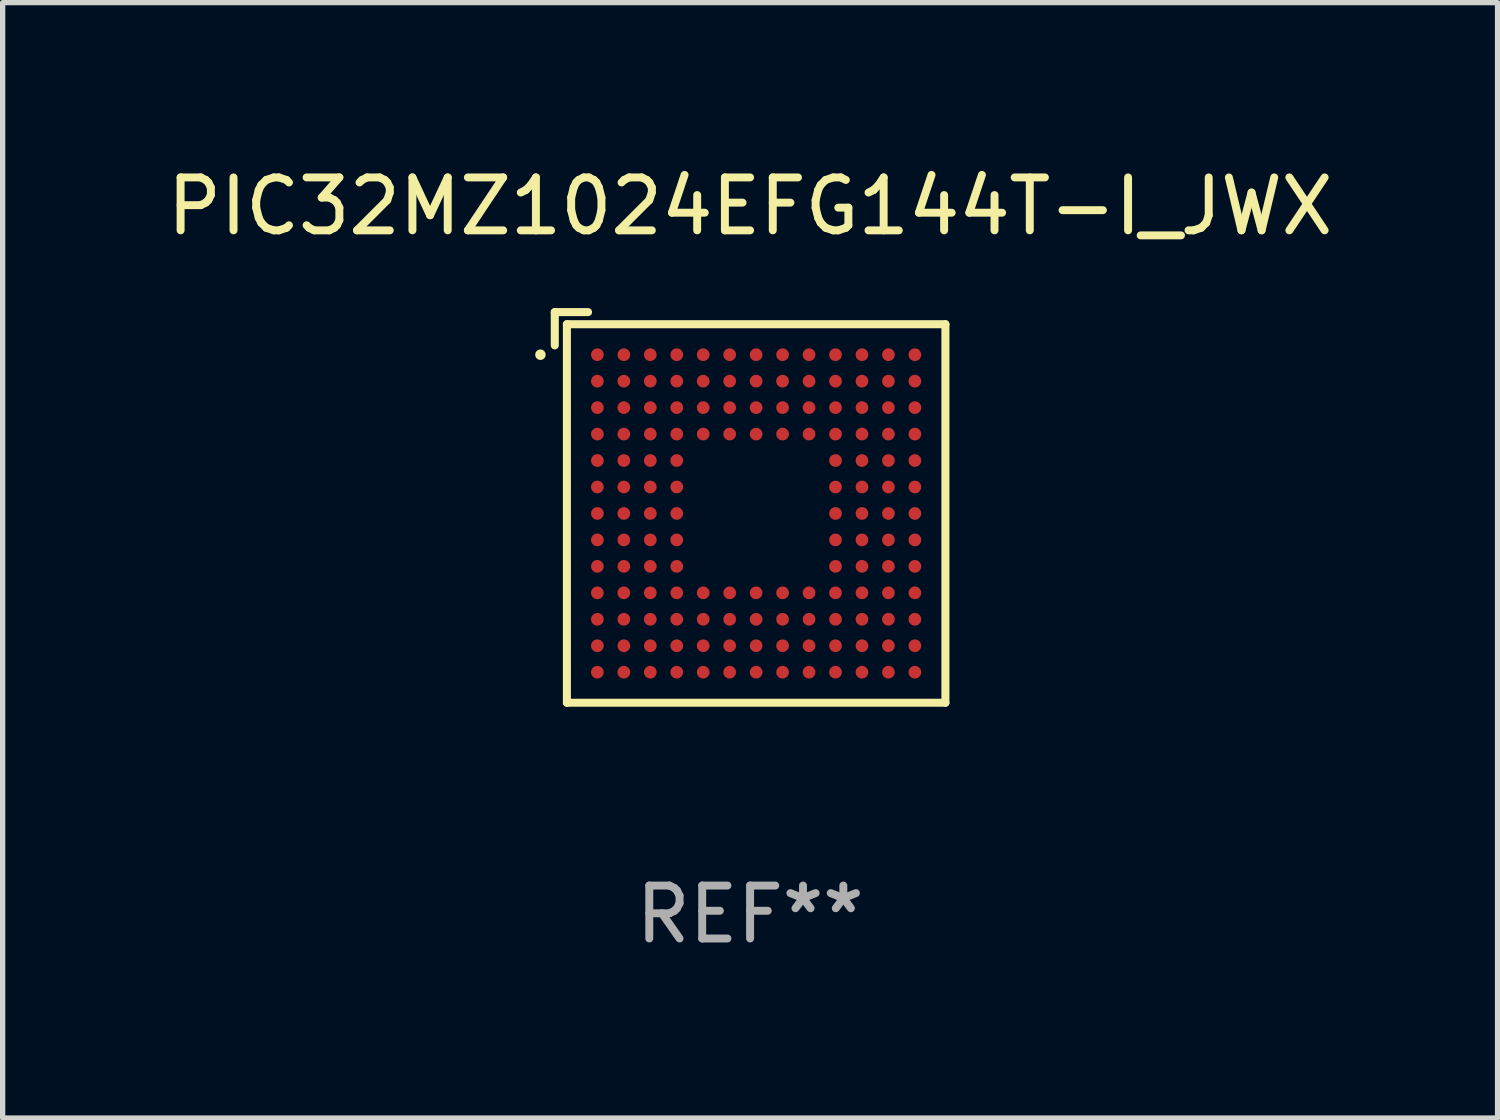
<source format=kicad_pcb>
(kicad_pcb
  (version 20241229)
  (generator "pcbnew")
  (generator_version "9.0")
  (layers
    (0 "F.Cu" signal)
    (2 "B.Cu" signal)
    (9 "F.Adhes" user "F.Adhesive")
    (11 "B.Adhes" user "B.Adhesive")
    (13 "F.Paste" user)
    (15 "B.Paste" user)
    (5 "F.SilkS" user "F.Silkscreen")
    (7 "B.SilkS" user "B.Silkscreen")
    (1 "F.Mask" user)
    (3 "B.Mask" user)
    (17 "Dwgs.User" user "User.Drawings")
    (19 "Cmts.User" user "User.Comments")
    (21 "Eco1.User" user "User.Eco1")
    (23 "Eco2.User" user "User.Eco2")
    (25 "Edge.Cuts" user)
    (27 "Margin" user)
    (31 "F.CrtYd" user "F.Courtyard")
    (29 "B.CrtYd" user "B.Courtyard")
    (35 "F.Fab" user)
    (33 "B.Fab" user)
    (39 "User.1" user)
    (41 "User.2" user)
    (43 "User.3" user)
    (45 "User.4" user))
  (footprint "PIC32MZ1024EFG144T-I_JWX"
    (layer "F.Cu")
    (at 11.125 6.539)
    (property "Reference" "PIC32MZ1024EFG144T-I_JWX" (at 0 -5.691 0) (layer "F.SilkS") (effects (font (size 1 1) (thickness 0.15))))
    (attr through_hole)
    (fp_line (start -3.691 -3.691) (end -3.062 -3.691) (stroke (width 0.152) (type solid)) (layer "F.SilkS"))
    (fp_line (start -3.691 -3.062) (end -3.691 -3.691) (stroke (width 0.152) (type solid)) (layer "F.SilkS"))
    (fp_line (start -3.462 -3.462) (end 3.691 -3.462) (stroke (width 0.152) (type solid)) (layer "F.SilkS"))
    (fp_line (start -3.462 3.691) (end -3.462 -3.462) (stroke (width 0.152) (type solid)) (layer "F.SilkS"))
    (fp_line (start 3.691 -3.462) (end 3.691 3.691) (stroke (width 0.152) (type solid)) (layer "F.SilkS"))
    (fp_line (start 3.691 3.691) (end -3.462 3.691) (stroke (width 0.152) (type solid)) (layer "F.SilkS"))
    (fp_circle (center -3.962 -2.886) (end -3.912 -2.886) (stroke (width 0.1) (type solid)) (fill no) (layer "F.SilkS"))
    (fp_text user "REF**" (at 0 7.691 0) (layer "F.Fab") (effects (font (size 1 1) (thickness 0.15))))
    (pad "A1" smd circle (at -2.886 -2.886) (size 0.24 0.24) (layers "F.Cu" "F.Mask" "F.Paste"))
    (pad "A2" smd circle (at -2.386 -2.886) (size 0.24 0.24) (layers "F.Cu" "F.Mask" "F.Paste"))
    (pad "A3" smd circle (at -1.886 -2.886) (size 0.24 0.24) (layers "F.Cu" "F.Mask" "F.Paste"))
    (pad "A4" smd circle (at -1.386 -2.886) (size 0.24 0.24) (layers "F.Cu" "F.Mask" "F.Paste"))
    (pad "A5" smd circle (at -0.886 -2.886) (size 0.24 0.24) (layers "F.Cu" "F.Mask" "F.Paste"))
    (pad "A6" smd circle (at -0.386 -2.886) (size 0.24 0.24) (layers "F.Cu" "F.Mask" "F.Paste"))
    (pad "A7" smd circle (at 0.114 -2.886) (size 0.24 0.24) (layers "F.Cu" "F.Mask" "F.Paste"))
    (pad "A8" smd circle (at 0.614 -2.886) (size 0.24 0.24) (layers "F.Cu" "F.Mask" "F.Paste"))
    (pad "A9" smd circle (at 1.114 -2.886) (size 0.24 0.24) (layers "F.Cu" "F.Mask" "F.Paste"))
    (pad "A10" smd circle (at 1.614 -2.886) (size 0.24 0.24) (layers "F.Cu" "F.Mask" "F.Paste"))
    (pad "A11" smd circle (at 2.114 -2.886) (size 0.24 0.24) (layers "F.Cu" "F.Mask" "F.Paste"))
    (pad "A12" smd circle (at 2.614 -2.886) (size 0.24 0.24) (layers "F.Cu" "F.Mask" "F.Paste"))
    (pad "A13" smd circle (at 3.114 -2.886) (size 0.24 0.24) (layers "F.Cu" "F.Mask" "F.Paste"))
    (pad "B1" smd circle (at -2.886 -2.386) (size 0.24 0.24) (layers "F.Cu" "F.Mask" "F.Paste"))
    (pad "B2" smd circle (at -2.386 -2.386) (size 0.24 0.24) (layers "F.Cu" "F.Mask" "F.Paste"))
    (pad "B3" smd circle (at -1.886 -2.386) (size 0.24 0.24) (layers "F.Cu" "F.Mask" "F.Paste"))
    (pad "B4" smd circle (at -1.386 -2.386) (size 0.24 0.24) (layers "F.Cu" "F.Mask" "F.Paste"))
    (pad "B5" smd circle (at -0.886 -2.386) (size 0.24 0.24) (layers "F.Cu" "F.Mask" "F.Paste"))
    (pad "B6" smd circle (at -0.386 -2.386) (size 0.24 0.24) (layers "F.Cu" "F.Mask" "F.Paste"))
    (pad "B7" smd circle (at 0.114 -2.386) (size 0.24 0.24) (layers "F.Cu" "F.Mask" "F.Paste"))
    (pad "B8" smd circle (at 0.614 -2.386) (size 0.24 0.24) (layers "F.Cu" "F.Mask" "F.Paste"))
    (pad "B9" smd circle (at 1.114 -2.386) (size 0.24 0.24) (layers "F.Cu" "F.Mask" "F.Paste"))
    (pad "B10" smd circle (at 1.614 -2.386) (size 0.24 0.24) (layers "F.Cu" "F.Mask" "F.Paste"))
    (pad "B11" smd circle (at 2.114 -2.386) (size 0.24 0.24) (layers "F.Cu" "F.Mask" "F.Paste"))
    (pad "B12" smd circle (at 2.614 -2.386) (size 0.24 0.24) (layers "F.Cu" "F.Mask" "F.Paste"))
    (pad "B13" smd circle (at 3.114 -2.386) (size 0.24 0.24) (layers "F.Cu" "F.Mask" "F.Paste"))
    (pad "C1" smd circle (at -2.886 -1.886) (size 0.24 0.24) (layers "F.Cu" "F.Mask" "F.Paste"))
    (pad "C2" smd circle (at -2.386 -1.886) (size 0.24 0.24) (layers "F.Cu" "F.Mask" "F.Paste"))
    (pad "C3" smd circle (at -1.886 -1.886) (size 0.24 0.24) (layers "F.Cu" "F.Mask" "F.Paste"))
    (pad "C4" smd circle (at -1.386 -1.886) (size 0.24 0.24) (layers "F.Cu" "F.Mask" "F.Paste"))
    (pad "C5" smd circle (at -0.886 -1.886) (size 0.24 0.24) (layers "F.Cu" "F.Mask" "F.Paste"))
    (pad "C6" smd circle (at -0.386 -1.886) (size 0.24 0.24) (layers "F.Cu" "F.Mask" "F.Paste"))
    (pad "C7" smd circle (at 0.114 -1.886) (size 0.24 0.24) (layers "F.Cu" "F.Mask" "F.Paste"))
    (pad "C8" smd circle (at 0.614 -1.886) (size 0.24 0.24) (layers "F.Cu" "F.Mask" "F.Paste"))
    (pad "C9" smd circle (at 1.114 -1.886) (size 0.24 0.24) (layers "F.Cu" "F.Mask" "F.Paste"))
    (pad "C10" smd circle (at 1.614 -1.886) (size 0.24 0.24) (layers "F.Cu" "F.Mask" "F.Paste"))
    (pad "C11" smd circle (at 2.114 -1.886) (size 0.24 0.24) (layers "F.Cu" "F.Mask" "F.Paste"))
    (pad "C12" smd circle (at 2.614 -1.886) (size 0.24 0.24) (layers "F.Cu" "F.Mask" "F.Paste"))
    (pad "C13" smd circle (at 3.114 -1.886) (size 0.24 0.24) (layers "F.Cu" "F.Mask" "F.Paste"))
    (pad "D1" smd circle (at -2.886 -1.386) (size 0.24 0.24) (layers "F.Cu" "F.Mask" "F.Paste"))
    (pad "D2" smd circle (at -2.386 -1.386) (size 0.24 0.24) (layers "F.Cu" "F.Mask" "F.Paste"))
    (pad "D3" smd circle (at -1.886 -1.386) (size 0.24 0.24) (layers "F.Cu" "F.Mask" "F.Paste"))
    (pad "D4" smd circle (at -1.386 -1.386) (size 0.24 0.24) (layers "F.Cu" "F.Mask" "F.Paste"))
    (pad "D5" smd circle (at -0.886 -1.386) (size 0.24 0.24) (layers "F.Cu" "F.Mask" "F.Paste"))
    (pad "D6" smd circle (at -0.386 -1.386) (size 0.24 0.24) (layers "F.Cu" "F.Mask" "F.Paste"))
    (pad "D7" smd circle (at 0.114 -1.386) (size 0.24 0.24) (layers "F.Cu" "F.Mask" "F.Paste"))
    (pad "D8" smd circle (at 0.614 -1.386) (size 0.24 0.24) (layers "F.Cu" "F.Mask" "F.Paste"))
    (pad "D9" smd circle (at 1.114 -1.386) (size 0.24 0.24) (layers "F.Cu" "F.Mask" "F.Paste"))
    (pad "D10" smd circle (at 1.614 -1.386) (size 0.24 0.24) (layers "F.Cu" "F.Mask" "F.Paste"))
    (pad "D11" smd circle (at 2.114 -1.386) (size 0.24 0.24) (layers "F.Cu" "F.Mask" "F.Paste"))
    (pad "D12" smd circle (at 2.614 -1.386) (size 0.24 0.24) (layers "F.Cu" "F.Mask" "F.Paste"))
    (pad "D13" smd circle (at 3.114 -1.386) (size 0.24 0.24) (layers "F.Cu" "F.Mask" "F.Paste"))
    (pad "E1" smd circle (at -2.886 -0.886) (size 0.24 0.24) (layers "F.Cu" "F.Mask" "F.Paste"))
    (pad "E2" smd circle (at -2.386 -0.886) (size 0.24 0.24) (layers "F.Cu" "F.Mask" "F.Paste"))
    (pad "E3" smd circle (at -1.886 -0.886) (size 0.24 0.24) (layers "F.Cu" "F.Mask" "F.Paste"))
    (pad "E4" smd circle (at -1.386 -0.886) (size 0.24 0.24) (layers "F.Cu" "F.Mask" "F.Paste"))
    (pad "E10" smd circle (at 1.614 -0.886) (size 0.24 0.24) (layers "F.Cu" "F.Mask" "F.Paste"))
    (pad "E11" smd circle (at 2.114 -0.886) (size 0.24 0.24) (layers "F.Cu" "F.Mask" "F.Paste"))
    (pad "E12" smd circle (at 2.614 -0.886) (size 0.24 0.24) (layers "F.Cu" "F.Mask" "F.Paste"))
    (pad "E13" smd circle (at 3.114 -0.886) (size 0.24 0.24) (layers "F.Cu" "F.Mask" "F.Paste"))
    (pad "F1" smd circle (at -2.886 -0.386) (size 0.24 0.24) (layers "F.Cu" "F.Mask" "F.Paste"))
    (pad "F2" smd circle (at -2.386 -0.386) (size 0.24 0.24) (layers "F.Cu" "F.Mask" "F.Paste"))
    (pad "F3" smd circle (at -1.886 -0.386) (size 0.24 0.24) (layers "F.Cu" "F.Mask" "F.Paste"))
    (pad "F4" smd circle (at -1.386 -0.386) (size 0.24 0.24) (layers "F.Cu" "F.Mask" "F.Paste"))
    (pad "F10" smd circle (at 1.614 -0.386) (size 0.24 0.24) (layers "F.Cu" "F.Mask" "F.Paste"))
    (pad "F11" smd circle (at 2.114 -0.386) (size 0.24 0.24) (layers "F.Cu" "F.Mask" "F.Paste"))
    (pad "F12" smd circle (at 2.614 -0.386) (size 0.24 0.24) (layers "F.Cu" "F.Mask" "F.Paste"))
    (pad "F13" smd circle (at 3.114 -0.386) (size 0.24 0.24) (layers "F.Cu" "F.Mask" "F.Paste"))
    (pad "G1" smd circle (at -2.886 0.114) (size 0.24 0.24) (layers "F.Cu" "F.Mask" "F.Paste"))
    (pad "G2" smd circle (at -2.386 0.114) (size 0.24 0.24) (layers "F.Cu" "F.Mask" "F.Paste"))
    (pad "G3" smd circle (at -1.886 0.114) (size 0.24 0.24) (layers "F.Cu" "F.Mask" "F.Paste"))
    (pad "G4" smd circle (at -1.386 0.114) (size 0.24 0.24) (layers "F.Cu" "F.Mask" "F.Paste"))
    (pad "G10" smd circle (at 1.614 0.114) (size 0.24 0.24) (layers "F.Cu" "F.Mask" "F.Paste"))
    (pad "G11" smd circle (at 2.114 0.114) (size 0.24 0.24) (layers "F.Cu" "F.Mask" "F.Paste"))
    (pad "G12" smd circle (at 2.614 0.114) (size 0.24 0.24) (layers "F.Cu" "F.Mask" "F.Paste"))
    (pad "G13" smd circle (at 3.114 0.114) (size 0.24 0.24) (layers "F.Cu" "F.Mask" "F.Paste"))
    (pad "H1" smd circle (at -2.886 0.614) (size 0.24 0.24) (layers "F.Cu" "F.Mask" "F.Paste"))
    (pad "H2" smd circle (at -2.386 0.614) (size 0.24 0.24) (layers "F.Cu" "F.Mask" "F.Paste"))
    (pad "H3" smd circle (at -1.886 0.614) (size 0.24 0.24) (layers "F.Cu" "F.Mask" "F.Paste"))
    (pad "H4" smd circle (at -1.386 0.614) (size 0.24 0.24) (layers "F.Cu" "F.Mask" "F.Paste"))
    (pad "H10" smd circle (at 1.614 0.614) (size 0.24 0.24) (layers "F.Cu" "F.Mask" "F.Paste"))
    (pad "H11" smd circle (at 2.114 0.614) (size 0.24 0.24) (layers "F.Cu" "F.Mask" "F.Paste"))
    (pad "H12" smd circle (at 2.614 0.614) (size 0.24 0.24) (layers "F.Cu" "F.Mask" "F.Paste"))
    (pad "H13" smd circle (at 3.114 0.614) (size 0.24 0.24) (layers "F.Cu" "F.Mask" "F.Paste"))
    (pad "J1" smd circle (at -2.886 1.114) (size 0.24 0.24) (layers "F.Cu" "F.Mask" "F.Paste"))
    (pad "J2" smd circle (at -2.386 1.114) (size 0.24 0.24) (layers "F.Cu" "F.Mask" "F.Paste"))
    (pad "J3" smd circle (at -1.886 1.114) (size 0.24 0.24) (layers "F.Cu" "F.Mask" "F.Paste"))
    (pad "J4" smd circle (at -1.386 1.114) (size 0.24 0.24) (layers "F.Cu" "F.Mask" "F.Paste"))
    (pad "J10" smd circle (at 1.614 1.114) (size 0.24 0.24) (layers "F.Cu" "F.Mask" "F.Paste"))
    (pad "J11" smd circle (at 2.114 1.114) (size 0.24 0.24) (layers "F.Cu" "F.Mask" "F.Paste"))
    (pad "J12" smd circle (at 2.614 1.114) (size 0.24 0.24) (layers "F.Cu" "F.Mask" "F.Paste"))
    (pad "J13" smd circle (at 3.114 1.114) (size 0.24 0.24) (layers "F.Cu" "F.Mask" "F.Paste"))
    (pad "K1" smd circle (at -2.886 1.614) (size 0.24 0.24) (layers "F.Cu" "F.Mask" "F.Paste"))
    (pad "K2" smd circle (at -2.386 1.614) (size 0.24 0.24) (layers "F.Cu" "F.Mask" "F.Paste"))
    (pad "K3" smd circle (at -1.886 1.614) (size 0.24 0.24) (layers "F.Cu" "F.Mask" "F.Paste"))
    (pad "K4" smd circle (at -1.386 1.614) (size 0.24 0.24) (layers "F.Cu" "F.Mask" "F.Paste"))
    (pad "K5" smd circle (at -0.886 1.614) (size 0.24 0.24) (layers "F.Cu" "F.Mask" "F.Paste"))
    (pad "K6" smd circle (at -0.386 1.614) (size 0.24 0.24) (layers "F.Cu" "F.Mask" "F.Paste"))
    (pad "K7" smd circle (at 0.114 1.614) (size 0.24 0.24) (layers "F.Cu" "F.Mask" "F.Paste"))
    (pad "K8" smd circle (at 0.614 1.614) (size 0.24 0.24) (layers "F.Cu" "F.Mask" "F.Paste"))
    (pad "K9" smd circle (at 1.114 1.614) (size 0.24 0.24) (layers "F.Cu" "F.Mask" "F.Paste"))
    (pad "K10" smd circle (at 1.614 1.614) (size 0.24 0.24) (layers "F.Cu" "F.Mask" "F.Paste"))
    (pad "K11" smd circle (at 2.114 1.614) (size 0.24 0.24) (layers "F.Cu" "F.Mask" "F.Paste"))
    (pad "K12" smd circle (at 2.614 1.614) (size 0.24 0.24) (layers "F.Cu" "F.Mask" "F.Paste"))
    (pad "K13" smd circle (at 3.114 1.614) (size 0.24 0.24) (layers "F.Cu" "F.Mask" "F.Paste"))
    (pad "L1" smd circle (at -2.886 2.114) (size 0.24 0.24) (layers "F.Cu" "F.Mask" "F.Paste"))
    (pad "L2" smd circle (at -2.386 2.114) (size 0.24 0.24) (layers "F.Cu" "F.Mask" "F.Paste"))
    (pad "L3" smd circle (at -1.886 2.114) (size 0.24 0.24) (layers "F.Cu" "F.Mask" "F.Paste"))
    (pad "L4" smd circle (at -1.386 2.114) (size 0.24 0.24) (layers "F.Cu" "F.Mask" "F.Paste"))
    (pad "L5" smd circle (at -0.886 2.114) (size 0.24 0.24) (layers "F.Cu" "F.Mask" "F.Paste"))
    (pad "L6" smd circle (at -0.386 2.114) (size 0.24 0.24) (layers "F.Cu" "F.Mask" "F.Paste"))
    (pad "L7" smd circle (at 0.114 2.114) (size 0.24 0.24) (layers "F.Cu" "F.Mask" "F.Paste"))
    (pad "L8" smd circle (at 0.614 2.114) (size 0.24 0.24) (layers "F.Cu" "F.Mask" "F.Paste"))
    (pad "L9" smd circle (at 1.114 2.114) (size 0.24 0.24) (layers "F.Cu" "F.Mask" "F.Paste"))
    (pad "L10" smd circle (at 1.614 2.114) (size 0.24 0.24) (layers "F.Cu" "F.Mask" "F.Paste"))
    (pad "L11" smd circle (at 2.114 2.114) (size 0.24 0.24) (layers "F.Cu" "F.Mask" "F.Paste"))
    (pad "L12" smd circle (at 2.614 2.114) (size 0.24 0.24) (layers "F.Cu" "F.Mask" "F.Paste"))
    (pad "L13" smd circle (at 3.114 2.114) (size 0.24 0.24) (layers "F.Cu" "F.Mask" "F.Paste"))
    (pad "M1" smd circle (at -2.886 2.614) (size 0.24 0.24) (layers "F.Cu" "F.Mask" "F.Paste"))
    (pad "M2" smd circle (at -2.386 2.614) (size 0.24 0.24) (layers "F.Cu" "F.Mask" "F.Paste"))
    (pad "M3" smd circle (at -1.886 2.614) (size 0.24 0.24) (layers "F.Cu" "F.Mask" "F.Paste"))
    (pad "M4" smd circle (at -1.386 2.614) (size 0.24 0.24) (layers "F.Cu" "F.Mask" "F.Paste"))
    (pad "M5" smd circle (at -0.886 2.614) (size 0.24 0.24) (layers "F.Cu" "F.Mask" "F.Paste"))
    (pad "M6" smd circle (at -0.386 2.614) (size 0.24 0.24) (layers "F.Cu" "F.Mask" "F.Paste"))
    (pad "M7" smd circle (at 0.114 2.614) (size 0.24 0.24) (layers "F.Cu" "F.Mask" "F.Paste"))
    (pad "M8" smd circle (at 0.614 2.614) (size 0.24 0.24) (layers "F.Cu" "F.Mask" "F.Paste"))
    (pad "M9" smd circle (at 1.114 2.614) (size 0.24 0.24) (layers "F.Cu" "F.Mask" "F.Paste"))
    (pad "M10" smd circle (at 1.614 2.614) (size 0.24 0.24) (layers "F.Cu" "F.Mask" "F.Paste"))
    (pad "M11" smd circle (at 2.114 2.614) (size 0.24 0.24) (layers "F.Cu" "F.Mask" "F.Paste"))
    (pad "M12" smd circle (at 2.614 2.614) (size 0.24 0.24) (layers "F.Cu" "F.Mask" "F.Paste"))
    (pad "M13" smd circle (at 3.114 2.614) (size 0.24 0.24) (layers "F.Cu" "F.Mask" "F.Paste"))
    (pad "N1" smd circle (at -2.886 3.114) (size 0.24 0.24) (layers "F.Cu" "F.Mask" "F.Paste"))
    (pad "N2" smd circle (at -2.386 3.114) (size 0.24 0.24) (layers "F.Cu" "F.Mask" "F.Paste"))
    (pad "N3" smd circle (at -1.886 3.114) (size 0.24 0.24) (layers "F.Cu" "F.Mask" "F.Paste"))
    (pad "N4" smd circle (at -1.386 3.114) (size 0.24 0.24) (layers "F.Cu" "F.Mask" "F.Paste"))
    (pad "N5" smd circle (at -0.886 3.114) (size 0.24 0.24) (layers "F.Cu" "F.Mask" "F.Paste"))
    (pad "N6" smd circle (at -0.386 3.114) (size 0.24 0.24) (layers "F.Cu" "F.Mask" "F.Paste"))
    (pad "N7" smd circle (at 0.114 3.114) (size 0.24 0.24) (layers "F.Cu" "F.Mask" "F.Paste"))
    (pad "N8" smd circle (at 0.614 3.114) (size 0.24 0.24) (layers "F.Cu" "F.Mask" "F.Paste"))
    (pad "N9" smd circle (at 1.114 3.114) (size 0.24 0.24) (layers "F.Cu" "F.Mask" "F.Paste"))
    (pad "N10" smd circle (at 1.614 3.114) (size 0.24 0.24) (layers "F.Cu" "F.Mask" "F.Paste"))
    (pad "N11" smd circle (at 2.114 3.114) (size 0.24 0.24) (layers "F.Cu" "F.Mask" "F.Paste"))
    (pad "N12" smd circle (at 2.614 3.114) (size 0.24 0.24) (layers "F.Cu" "F.Mask" "F.Paste"))
    (pad "N13" smd circle (at 3.114 3.114) (size 0.24 0.24) (layers "F.Cu" "F.Mask" "F.Paste")))
  (gr_rect
    (start -3 -3)
    (end 25.25 18.078)
    (stroke (width 0.1) (type default))
    (fill no)
    (layer "Edge.Cuts")))
</source>
